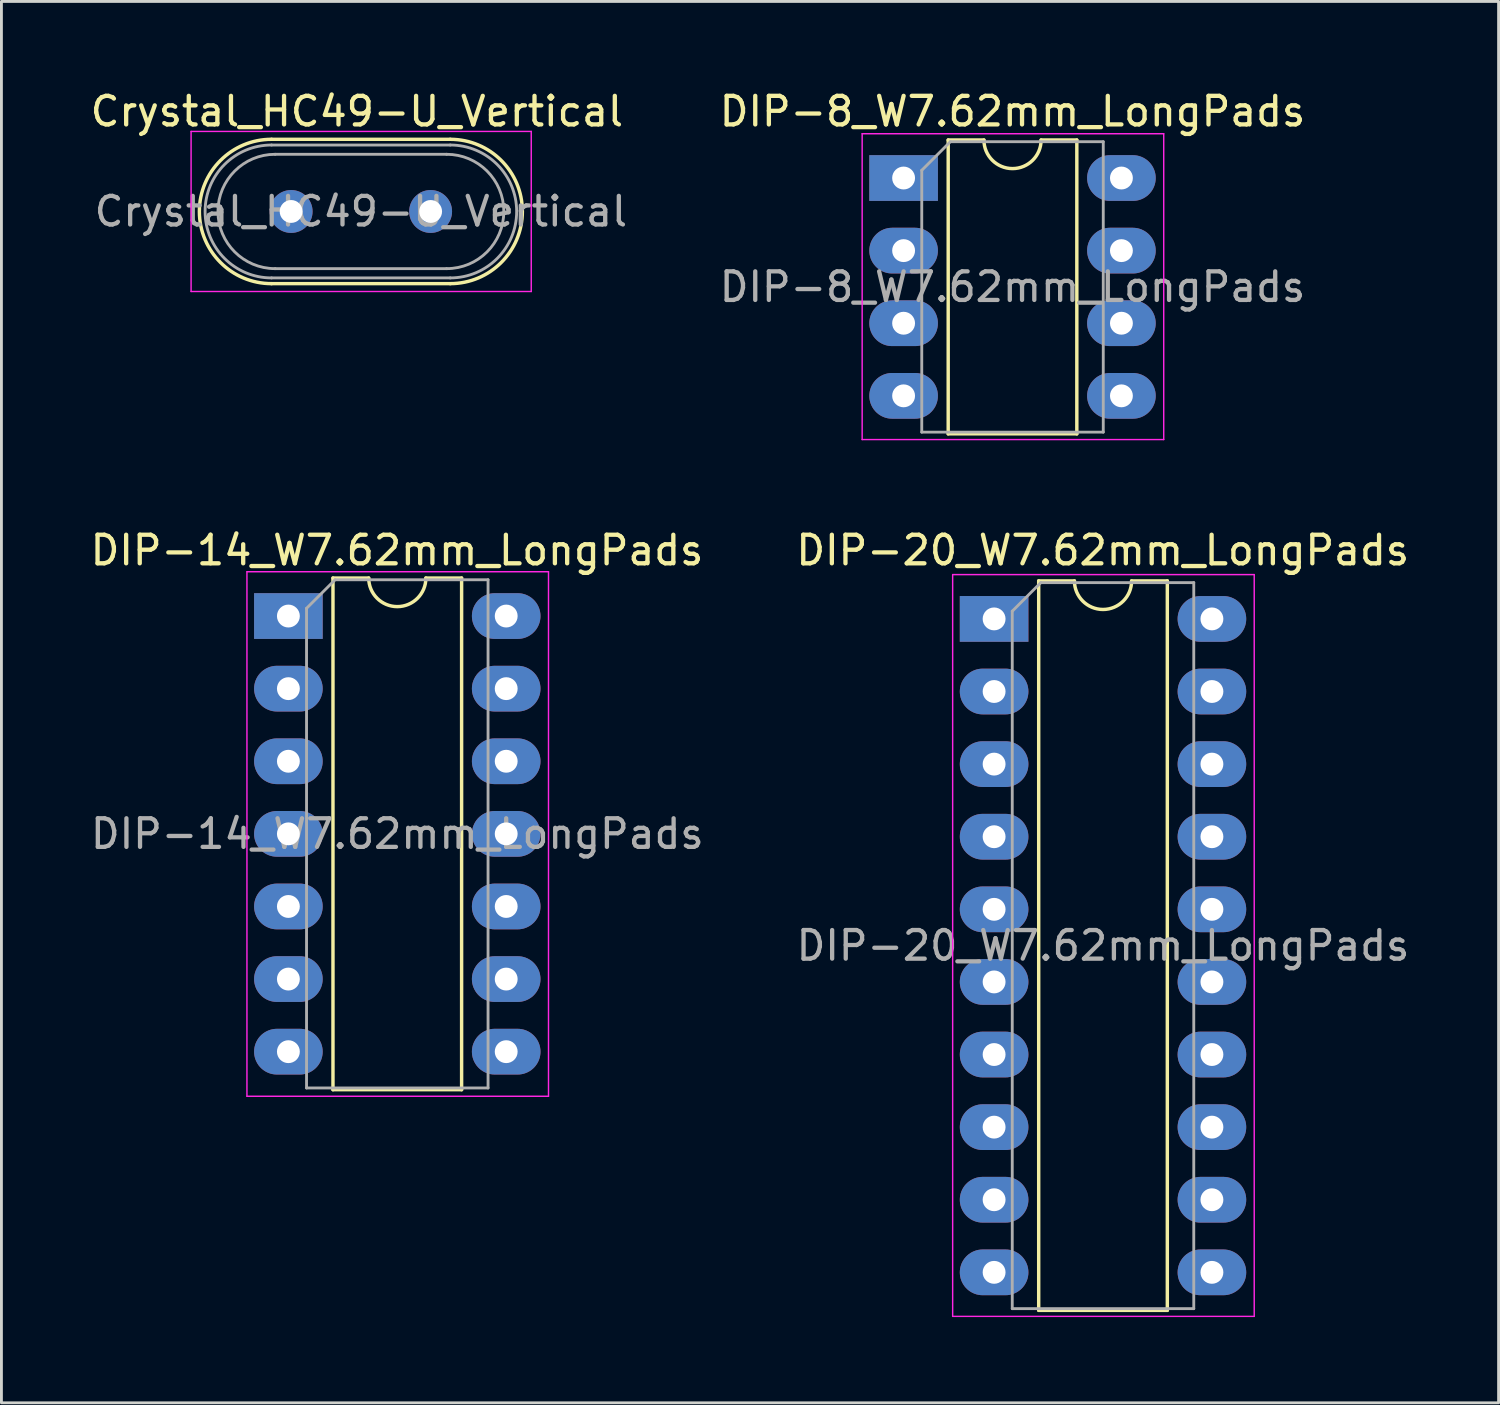
<source format=kicad_pcb>
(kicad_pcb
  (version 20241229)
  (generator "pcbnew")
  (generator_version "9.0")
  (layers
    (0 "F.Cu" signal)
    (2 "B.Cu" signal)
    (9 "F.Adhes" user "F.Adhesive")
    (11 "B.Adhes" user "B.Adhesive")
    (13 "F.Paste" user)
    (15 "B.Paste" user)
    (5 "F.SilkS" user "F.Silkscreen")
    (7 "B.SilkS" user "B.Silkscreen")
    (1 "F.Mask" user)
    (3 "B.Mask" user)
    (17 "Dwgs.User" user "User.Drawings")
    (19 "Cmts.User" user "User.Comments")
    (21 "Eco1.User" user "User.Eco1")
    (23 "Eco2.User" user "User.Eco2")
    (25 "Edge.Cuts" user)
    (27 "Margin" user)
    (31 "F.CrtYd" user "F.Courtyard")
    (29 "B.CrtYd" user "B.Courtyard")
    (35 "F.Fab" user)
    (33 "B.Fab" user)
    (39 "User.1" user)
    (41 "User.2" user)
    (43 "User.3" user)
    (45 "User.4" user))
  (footprint "DIP-20_W7.62mm_LongPads"
    (layer "F.Cu")
    (at 31.728 18.602)
    (property "Reference" "DIP-20_W7.62mm_LongPads" (at 3.8 -2.4 0) (layer "F.SilkS") (effects (font (size 1 1) (thickness 0.15))))
    (attr through_hole)
    (fp_line (start 1.56 -1.33) (end 1.56 24.19) (stroke (width 0.12) (type solid)) (layer "F.SilkS"))
    (fp_line (start 1.56 24.19) (end 6.06 24.19) (stroke (width 0.12) (type solid)) (layer "F.SilkS"))
    (fp_line (start 2.81 -1.33) (end 1.56 -1.33) (stroke (width 0.12) (type solid)) (layer "F.SilkS"))
    (fp_line (start 6.06 -1.33) (end 4.81 -1.33) (stroke (width 0.12) (type solid)) (layer "F.SilkS"))
    (fp_line (start 6.06 24.19) (end 6.06 -1.33) (stroke (width 0.12) (type solid)) (layer "F.SilkS"))
    (fp_arc (start 4.81 -1.33) (mid 3.81 -0.33) (end 2.81 -1.33) (stroke (width 0.12) (type solid)) (layer "F.SilkS"))
    (fp_line (start -1.45 -1.55) (end -1.45 24.4) (stroke (width 0.05) (type solid)) (layer "F.CrtYd"))
    (fp_line (start -1.45 24.4) (end 9.1 24.4) (stroke (width 0.05) (type solid)) (layer "F.CrtYd"))
    (fp_line (start 9.1 -1.55) (end -1.45 -1.55) (stroke (width 0.05) (type solid)) (layer "F.CrtYd"))
    (fp_line (start 9.1 24.4) (end 9.1 -1.55) (stroke (width 0.05) (type solid)) (layer "F.CrtYd"))
    (fp_line (start 0.635 -0.27) (end 1.635 -1.27) (stroke (width 0.1) (type solid)) (layer "F.Fab"))
    (fp_line (start 0.635 24.13) (end 0.635 -0.27) (stroke (width 0.1) (type solid)) (layer "F.Fab"))
    (fp_line (start 1.635 -1.27) (end 6.985 -1.27) (stroke (width 0.1) (type solid)) (layer "F.Fab"))
    (fp_line (start 6.985 -1.27) (end 6.985 24.13) (stroke (width 0.1) (type solid)) (layer "F.Fab"))
    (fp_line (start 6.985 24.13) (end 0.635 24.13) (stroke (width 0.1) (type solid)) (layer "F.Fab"))
    (fp_text user "${REFERENCE}" (at 3.81 11.43 0) (layer "F.Fab") (effects (font (size 1 1) (thickness 0.15))))
    (pad "1" thru_hole rect (at 0 0) (size 2.4 1.6) (drill 0.8) (layers "*.Cu" "*.Mask"))
    (pad "2" thru_hole oval (at 0 2.54) (size 2.4 1.6) (drill 0.8) (layers "*.Cu" "*.Mask"))
    (pad "3" thru_hole oval (at 0 5.08) (size 2.4 1.6) (drill 0.8) (layers "*.Cu" "*.Mask"))
    (pad "4" thru_hole oval (at 0 7.62) (size 2.4 1.6) (drill 0.8) (layers "*.Cu" "*.Mask"))
    (pad "5" thru_hole oval (at 0 10.16) (size 2.4 1.6) (drill 0.8) (layers "*.Cu" "*.Mask"))
    (pad "6" thru_hole oval (at 0 12.7) (size 2.4 1.6) (drill 0.8) (layers "*.Cu" "*.Mask"))
    (pad "7" thru_hole oval (at 0 15.24) (size 2.4 1.6) (drill 0.8) (layers "*.Cu" "*.Mask"))
    (pad "8" thru_hole oval (at 0 17.78) (size 2.4 1.6) (drill 0.8) (layers "*.Cu" "*.Mask"))
    (pad "9" thru_hole oval (at 0 20.32) (size 2.4 1.6) (drill 0.8) (layers "*.Cu" "*.Mask"))
    (pad "10" thru_hole oval (at 0 22.86) (size 2.4 1.6) (drill 0.8) (layers "*.Cu" "*.Mask"))
    (pad "11" thru_hole oval (at 7.62 22.86) (size 2.4 1.6) (drill 0.8) (layers "*.Cu" "*.Mask"))
    (pad "12" thru_hole oval (at 7.62 20.32) (size 2.4 1.6) (drill 0.8) (layers "*.Cu" "*.Mask"))
    (pad "13" thru_hole oval (at 7.62 17.78) (size 2.4 1.6) (drill 0.8) (layers "*.Cu" "*.Mask"))
    (pad "14" thru_hole oval (at 7.62 15.24) (size 2.4 1.6) (drill 0.8) (layers "*.Cu" "*.Mask"))
    (pad "15" thru_hole oval (at 7.62 12.7) (size 2.4 1.6) (drill 0.8) (layers "*.Cu" "*.Mask"))
    (pad "16" thru_hole oval (at 7.62 10.16) (size 2.4 1.6) (drill 0.8) (layers "*.Cu" "*.Mask"))
    (pad "17" thru_hole oval (at 7.62 7.62) (size 2.4 1.6) (drill 0.8) (layers "*.Cu" "*.Mask"))
    (pad "18" thru_hole oval (at 7.62 5.08) (size 2.4 1.6) (drill 0.8) (layers "*.Cu" "*.Mask"))
    (pad "19" thru_hole oval (at 7.62 2.54) (size 2.4 1.6) (drill 0.8) (layers "*.Cu" "*.Mask"))
    (pad "20" thru_hole oval (at 7.62 0) (size 2.4 1.6) (drill 0.8) (layers "*.Cu" "*.Mask")))
  (footprint "DIP-8_W7.62mm_LongPads"
    (layer "F.Cu")
    (at 28.562 3.178)
    (property "Reference" "DIP-8_W7.62mm_LongPads" (at 3.81 -2.33 0) (layer "F.SilkS") (effects (font (size 1 1) (thickness 0.15))))
    (attr through_hole)
    (fp_line (start 1.56 -1.33) (end 1.56 8.95) (stroke (width 0.12) (type solid)) (layer "F.SilkS"))
    (fp_line (start 1.56 8.95) (end 6.06 8.95) (stroke (width 0.12) (type solid)) (layer "F.SilkS"))
    (fp_line (start 2.81 -1.33) (end 1.56 -1.33) (stroke (width 0.12) (type solid)) (layer "F.SilkS"))
    (fp_line (start 6.06 -1.33) (end 4.81 -1.33) (stroke (width 0.12) (type solid)) (layer "F.SilkS"))
    (fp_line (start 6.06 8.95) (end 6.06 -1.33) (stroke (width 0.12) (type solid)) (layer "F.SilkS"))
    (fp_arc (start 4.81 -1.33) (mid 3.81 -0.33) (end 2.81 -1.33) (stroke (width 0.12) (type solid)) (layer "F.SilkS"))
    (fp_line (start -1.45 -1.55) (end -1.45 9.15) (stroke (width 0.05) (type solid)) (layer "F.CrtYd"))
    (fp_line (start -1.45 9.15) (end 9.1 9.15) (stroke (width 0.05) (type solid)) (layer "F.CrtYd"))
    (fp_line (start 9.1 -1.55) (end -1.45 -1.55) (stroke (width 0.05) (type solid)) (layer "F.CrtYd"))
    (fp_line (start 9.1 9.15) (end 9.1 -1.55) (stroke (width 0.05) (type solid)) (layer "F.CrtYd"))
    (fp_line (start 0.635 -0.27) (end 1.635 -1.27) (stroke (width 0.1) (type solid)) (layer "F.Fab"))
    (fp_line (start 0.635 8.89) (end 0.635 -0.27) (stroke (width 0.1) (type solid)) (layer "F.Fab"))
    (fp_line (start 1.635 -1.27) (end 6.985 -1.27) (stroke (width 0.1) (type solid)) (layer "F.Fab"))
    (fp_line (start 6.985 -1.27) (end 6.985 8.89) (stroke (width 0.1) (type solid)) (layer "F.Fab"))
    (fp_line (start 6.985 8.89) (end 0.635 8.89) (stroke (width 0.1) (type solid)) (layer "F.Fab"))
    (fp_text user "${REFERENCE}" (at 3.81 3.81 0) (layer "F.Fab") (effects (font (size 1 1) (thickness 0.15))))
    (pad "1" thru_hole rect (at 0 0) (size 2.4 1.6) (drill 0.8) (layers "*.Cu" "*.Mask"))
    (pad "2" thru_hole oval (at 0 2.54) (size 2.4 1.6) (drill 0.8) (layers "*.Cu" "*.Mask"))
    (pad "3" thru_hole oval (at 0 5.08) (size 2.4 1.6) (drill 0.8) (layers "*.Cu" "*.Mask"))
    (pad "4" thru_hole oval (at 0 7.62) (size 2.4 1.6) (drill 0.8) (layers "*.Cu" "*.Mask"))
    (pad "5" thru_hole oval (at 7.62 7.62) (size 2.4 1.6) (drill 0.8) (layers "*.Cu" "*.Mask"))
    (pad "6" thru_hole oval (at 7.62 5.08) (size 2.4 1.6) (drill 0.8) (layers "*.Cu" "*.Mask"))
    (pad "7" thru_hole oval (at 7.62 2.54) (size 2.4 1.6) (drill 0.8) (layers "*.Cu" "*.Mask"))
    (pad "8" thru_hole oval (at 7.62 0) (size 2.4 1.6) (drill 0.8) (layers "*.Cu" "*.Mask")))
  (footprint "DIP-14_W7.62mm_LongPads"
    (layer "F.Cu")
    (at 7.039 18.502)
    (property "Reference" "DIP-14_W7.62mm_LongPads" (at 3.8 -2.3 0) (layer "F.SilkS") (effects (font (size 1 1) (thickness 0.15))))
    (attr through_hole)
    (fp_line (start 1.56 -1.33) (end 1.56 16.57) (stroke (width 0.12) (type solid)) (layer "F.SilkS"))
    (fp_line (start 1.56 16.57) (end 6.06 16.57) (stroke (width 0.12) (type solid)) (layer "F.SilkS"))
    (fp_line (start 2.81 -1.33) (end 1.56 -1.33) (stroke (width 0.12) (type solid)) (layer "F.SilkS"))
    (fp_line (start 6.06 -1.33) (end 4.81 -1.33) (stroke (width 0.12) (type solid)) (layer "F.SilkS"))
    (fp_line (start 6.06 16.57) (end 6.06 -1.33) (stroke (width 0.12) (type solid)) (layer "F.SilkS"))
    (fp_arc (start 4.81 -1.33) (mid 3.81 -0.33) (end 2.81 -1.33) (stroke (width 0.12) (type solid)) (layer "F.SilkS"))
    (fp_line (start -1.45 -1.55) (end -1.45 16.8) (stroke (width 0.05) (type solid)) (layer "F.CrtYd"))
    (fp_line (start -1.45 16.8) (end 9.1 16.8) (stroke (width 0.05) (type solid)) (layer "F.CrtYd"))
    (fp_line (start 9.1 -1.55) (end -1.45 -1.55) (stroke (width 0.05) (type solid)) (layer "F.CrtYd"))
    (fp_line (start 9.1 16.8) (end 9.1 -1.55) (stroke (width 0.05) (type solid)) (layer "F.CrtYd"))
    (fp_line (start 0.635 -0.27) (end 1.635 -1.27) (stroke (width 0.1) (type solid)) (layer "F.Fab"))
    (fp_line (start 0.635 16.51) (end 0.635 -0.27) (stroke (width 0.1) (type solid)) (layer "F.Fab"))
    (fp_line (start 1.635 -1.27) (end 6.985 -1.27) (stroke (width 0.1) (type solid)) (layer "F.Fab"))
    (fp_line (start 6.985 -1.27) (end 6.985 16.51) (stroke (width 0.1) (type solid)) (layer "F.Fab"))
    (fp_line (start 6.985 16.51) (end 0.635 16.51) (stroke (width 0.1) (type solid)) (layer "F.Fab"))
    (fp_text user "${REFERENCE}" (at 3.81 7.62 0) (layer "F.Fab") (effects (font (size 1 1) (thickness 0.15))))
    (pad "1" thru_hole rect (at 0 0) (size 2.4 1.6) (drill 0.8) (layers "*.Cu" "*.Mask"))
    (pad "2" thru_hole oval (at 0 2.54) (size 2.4 1.6) (drill 0.8) (layers "*.Cu" "*.Mask"))
    (pad "3" thru_hole oval (at 0 5.08) (size 2.4 1.6) (drill 0.8) (layers "*.Cu" "*.Mask"))
    (pad "4" thru_hole oval (at 0 7.62) (size 2.4 1.6) (drill 0.8) (layers "*.Cu" "*.Mask"))
    (pad "5" thru_hole oval (at 0 10.16) (size 2.4 1.6) (drill 0.8) (layers "*.Cu" "*.Mask"))
    (pad "6" thru_hole oval (at 0 12.7) (size 2.4 1.6) (drill 0.8) (layers "*.Cu" "*.Mask"))
    (pad "7" thru_hole oval (at 0 15.24) (size 2.4 1.6) (drill 0.8) (layers "*.Cu" "*.Mask"))
    (pad "8" thru_hole oval (at 7.62 15.24) (size 2.4 1.6) (drill 0.8) (layers "*.Cu" "*.Mask"))
    (pad "9" thru_hole oval (at 7.62 12.7) (size 2.4 1.6) (drill 0.8) (layers "*.Cu" "*.Mask"))
    (pad "10" thru_hole oval (at 7.62 10.16) (size 2.4 1.6) (drill 0.8) (layers "*.Cu" "*.Mask"))
    (pad "11" thru_hole oval (at 7.62 7.62) (size 2.4 1.6) (drill 0.8) (layers "*.Cu" "*.Mask"))
    (pad "12" thru_hole oval (at 7.62 5.08) (size 2.4 1.6) (drill 0.8) (layers "*.Cu" "*.Mask"))
    (pad "13" thru_hole oval (at 7.62 2.54) (size 2.4 1.6) (drill 0.8) (layers "*.Cu" "*.Mask"))
    (pad "14" thru_hole oval (at 7.62 0) (size 2.4 1.6) (drill 0.8) (layers "*.Cu" "*.Mask")))
  (footprint "Crystal_HC49-U_Vertical"
    (layer "F.Cu")
    (at 7.135 4.348)
    (property "Reference" "Crystal_HC49-U_Vertical" (at 2.3 -3.5 0) (layer "F.SilkS") (effects (font (size 1 1) (thickness 0.15))))
    (attr through_hole)
    (fp_line (start -0.685 -2.525) (end 5.565 -2.525) (stroke (width 0.12) (type solid)) (layer "F.SilkS"))
    (fp_line (start -0.685 2.525) (end 5.565 2.525) (stroke (width 0.12) (type solid)) (layer "F.SilkS"))
    (fp_arc (start -0.685 2.525) (mid -3.21 0) (end -0.685 -2.525) (stroke (width 0.12) (type solid)) (layer "F.SilkS"))
    (fp_arc (start 5.565 -2.525) (mid 8.09 0) (end 5.565 2.525) (stroke (width 0.12) (type solid)) (layer "F.SilkS"))
    (fp_line (start -3.5 -2.8) (end -3.5 2.8) (stroke (width 0.05) (type solid)) (layer "F.CrtYd"))
    (fp_line (start -3.5 2.8) (end 8.4 2.8) (stroke (width 0.05) (type solid)) (layer "F.CrtYd"))
    (fp_line (start 8.4 -2.8) (end -3.5 -2.8) (stroke (width 0.05) (type solid)) (layer "F.CrtYd"))
    (fp_line (start 8.4 2.8) (end 8.4 -2.8) (stroke (width 0.05) (type solid)) (layer "F.CrtYd"))
    (fp_line (start -0.685 -2.325) (end 5.565 -2.325) (stroke (width 0.1) (type solid)) (layer "F.Fab"))
    (fp_line (start -0.685 2.325) (end 5.565 2.325) (stroke (width 0.1) (type solid)) (layer "F.Fab"))
    (fp_line (start -0.56 -2) (end 5.44 -2) (stroke (width 0.1) (type solid)) (layer "F.Fab"))
    (fp_line (start -0.56 2) (end 5.44 2) (stroke (width 0.1) (type solid)) (layer "F.Fab"))
    (fp_arc (start -0.685 2.325) (mid -3.01 0) (end -0.685 -2.325) (stroke (width 0.1) (type solid)) (layer "F.Fab"))
    (fp_arc (start -0.56 2) (mid -2.56 0) (end -0.56 -2) (stroke (width 0.1) (type solid)) (layer "F.Fab"))
    (fp_arc (start 5.44 -2) (mid 7.44 0) (end 5.44 2) (stroke (width 0.1) (type solid)) (layer "F.Fab"))
    (fp_arc (start 5.565 -2.325) (mid 7.89 0) (end 5.565 2.325) (stroke (width 0.1) (type solid)) (layer "F.Fab"))
    (fp_text user "${REFERENCE}" (at 2.44 0 0) (layer "F.Fab") (effects (font (size 1 1) (thickness 0.15))))
    (pad "1" thru_hole circle (at 0 0) (size 1.5 1.5) (drill 0.8) (layers "*.Cu" "*.Mask"))
    (pad "2" thru_hole circle (at 4.88 0) (size 1.5 1.5) (drill 0.8) (layers "*.Cu" "*.Mask")))
  (gr_rect
    (start -3 -3)
    (end 49.377 46.026)
    (stroke (width 0.1) (type default))
    (fill no)
    (layer "Edge.Cuts")))
</source>
